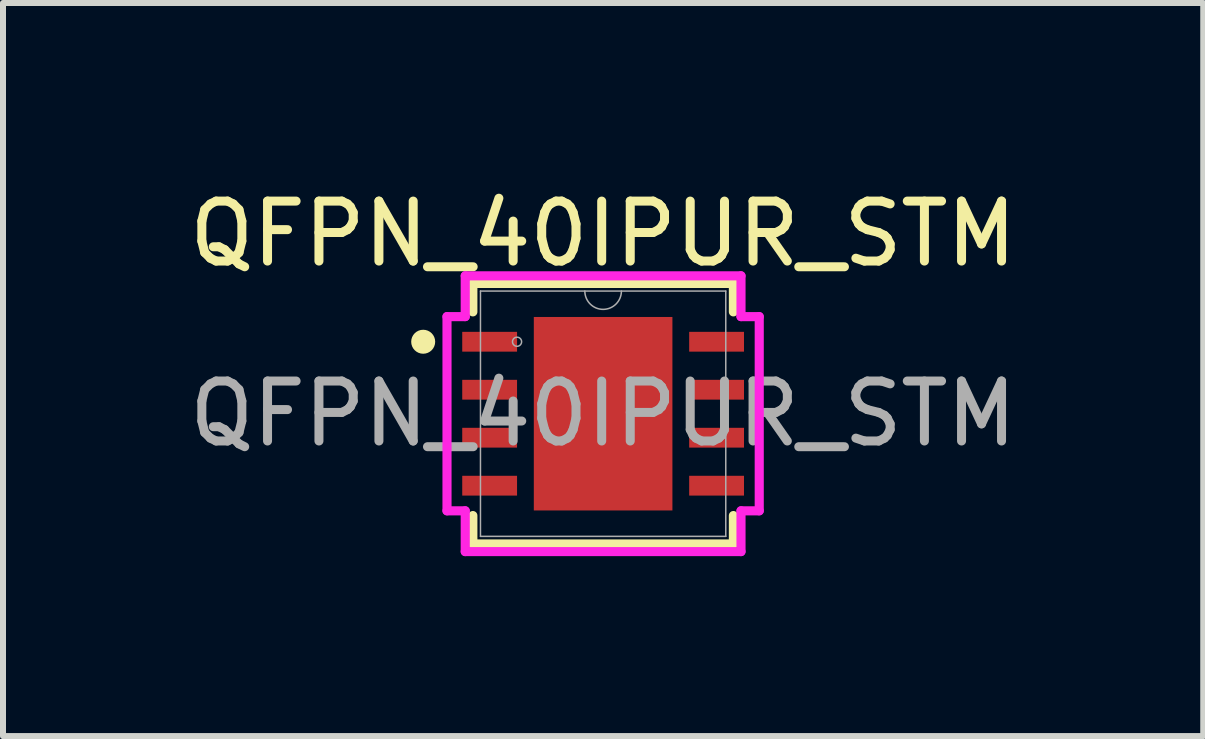
<source format=kicad_pcb>
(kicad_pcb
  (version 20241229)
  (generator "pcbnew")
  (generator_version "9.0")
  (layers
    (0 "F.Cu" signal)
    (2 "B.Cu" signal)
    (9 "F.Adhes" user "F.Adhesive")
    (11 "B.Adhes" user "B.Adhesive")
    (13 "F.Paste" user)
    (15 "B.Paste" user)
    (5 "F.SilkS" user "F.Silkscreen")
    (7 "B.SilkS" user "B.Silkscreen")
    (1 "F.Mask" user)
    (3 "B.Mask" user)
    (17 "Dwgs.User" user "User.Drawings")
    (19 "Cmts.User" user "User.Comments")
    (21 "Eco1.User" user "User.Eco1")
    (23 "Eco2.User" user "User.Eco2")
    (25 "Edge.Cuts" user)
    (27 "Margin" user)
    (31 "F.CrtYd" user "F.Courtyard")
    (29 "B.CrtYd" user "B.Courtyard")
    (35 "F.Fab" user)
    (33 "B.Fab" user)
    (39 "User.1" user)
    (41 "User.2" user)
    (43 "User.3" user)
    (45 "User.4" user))
  (footprint "QFPN_40IPUR_STM"
    (layer "F.Cu")
    (at 7.006 3.848)
    (property "Reference" "QFPN_40IPUR_STM" (at 0 -3 0) (unlocked yes) (layer "F.SilkS") (effects (font (size 1 1) (thickness 0.15))))
    (attr smd)
    (fp_line (start -2.172 -2.172) (end -2.172 -1.698) (stroke (width 0.152) (type solid)) (layer "F.SilkS"))
    (fp_line (start -2.172 1.698) (end -2.172 2.172) (stroke (width 0.152) (type solid)) (layer "F.SilkS"))
    (fp_line (start -2.172 2.172) (end 2.172 2.172) (stroke (width 0.152) (type solid)) (layer "F.SilkS"))
    (fp_line (start 2.172 -2.172) (end -2.172 -2.172) (stroke (width 0.152) (type solid)) (layer "F.SilkS"))
    (fp_line (start 2.172 -1.698) (end 2.172 -2.172) (stroke (width 0.152) (type solid)) (layer "F.SilkS"))
    (fp_line (start 2.172 2.172) (end 2.172 1.698) (stroke (width 0.152) (type solid)) (layer "F.SilkS"))
    (fp_circle (center -3 -1.2) (end -2.9 -1.2) (stroke (width 0.2) (type solid)) (fill no) (layer "F.SilkS"))
    (fp_poly (pts (xy -1.056 -1.513) (xy -1.056 -0.1) (xy 1.056 -0.1) (xy 1.056 -1.513)) (stroke (width 0) (type solid)) (fill yes) (layer "F.Paste"))
    (fp_poly (pts (xy -1.056 0.1) (xy -1.056 1.513) (xy 1.056 1.513) (xy 1.056 0.1)) (stroke (width 0) (type solid)) (fill yes) (layer "F.Paste"))
    (fp_line (start -2.603 -1.619) (end -2.299 -1.619) (stroke (width 0.152) (type solid)) (layer "F.CrtYd"))
    (fp_line (start -2.603 1.619) (end -2.603 -1.619) (stroke (width 0.152) (type solid)) (layer "F.CrtYd"))
    (fp_line (start -2.603 1.619) (end -2.299 1.619) (stroke (width 0.152) (type solid)) (layer "F.CrtYd"))
    (fp_line (start -2.299 -2.299) (end 2.299 -2.299) (stroke (width 0.152) (type solid)) (layer "F.CrtYd"))
    (fp_line (start -2.299 -1.619) (end -2.299 -2.299) (stroke (width 0.152) (type solid)) (layer "F.CrtYd"))
    (fp_line (start -2.299 2.299) (end -2.299 1.619) (stroke (width 0.152) (type solid)) (layer "F.CrtYd"))
    (fp_line (start 2.299 -2.299) (end 2.299 -1.619) (stroke (width 0.152) (type solid)) (layer "F.CrtYd"))
    (fp_line (start 2.299 1.619) (end 2.299 2.299) (stroke (width 0.152) (type solid)) (layer "F.CrtYd"))
    (fp_line (start 2.299 2.299) (end -2.299 2.299) (stroke (width 0.152) (type solid)) (layer "F.CrtYd"))
    (fp_line (start 2.603 -1.619) (end 2.299 -1.619) (stroke (width 0.152) (type solid)) (layer "F.CrtYd"))
    (fp_line (start 2.603 -1.619) (end 2.603 1.619) (stroke (width 0.152) (type solid)) (layer "F.CrtYd"))
    (fp_line (start 2.603 1.619) (end 2.299 1.619) (stroke (width 0.152) (type solid)) (layer "F.CrtYd"))
    (fp_line (start -2.045 -2.045) (end -2.045 2.045) (stroke (width 0.025) (type solid)) (layer "F.Fab"))
    (fp_line (start -2.045 2.045) (end 2.045 2.045) (stroke (width 0.025) (type solid)) (layer "F.Fab"))
    (fp_line (start 2.045 -2.045) (end -2.045 -2.045) (stroke (width 0.025) (type solid)) (layer "F.Fab"))
    (fp_line (start 2.045 2.045) (end 2.045 -2.045) (stroke (width 0.025) (type solid)) (layer "F.Fab"))
    (fp_arc (start 0.3048 -2.0447) (mid 0 -1.7399) (end -0.3048 -2.0447) (stroke (width 0.0254) (type solid)) (layer "F.Fab"))
    (fp_circle (center -1.435 -1.2) (end -1.359 -1.2) (stroke (width 0.025) (type solid)) (fill no) (layer "F.Fab"))
    (fp_text user "${REFERENCE}" (at 0 0 0) (unlocked yes) (layer "F.Fab") (effects (font (size 1 1) (thickness 0.15))))
    (pad "1" smd rect (at -1.892 -1.2) (size 0.914 0.33) (layers "F.Cu" "F.Mask" "F.Paste"))
    (pad "2" smd rect (at -1.892 -0.4) (size 0.914 0.33) (layers "F.Cu" "F.Mask" "F.Paste"))
    (pad "3" smd rect (at -1.892 0.4) (size 0.914 0.33) (layers "F.Cu" "F.Mask" "F.Paste"))
    (pad "4" smd rect (at -1.892 1.2) (size 0.914 0.33) (layers "F.Cu" "F.Mask" "F.Paste"))
    (pad "5" smd rect (at 1.892 1.2) (size 0.914 0.33) (layers "F.Cu" "F.Mask" "F.Paste"))
    (pad "6" smd rect (at 1.892 0.4) (size 0.914 0.33) (layers "F.Cu" "F.Mask" "F.Paste"))
    (pad "7" smd rect (at 1.892 -0.4) (size 0.914 0.33) (layers "F.Cu" "F.Mask" "F.Paste"))
    (pad "8" smd rect (at 1.892 -1.2) (size 0.914 0.33) (layers "F.Cu" "F.Mask" "F.Paste"))
    (pad "9" smd rect (at 0 0) (size 2.311 3.226) (layers "F.Cu" "F.Mask" "F.Paste")))
  (gr_rect
    (start -3 -3)
    (end 17.012 9.223)
    (stroke (width 0.1) (type default))
    (fill no)
    (layer "Edge.Cuts")))
</source>
